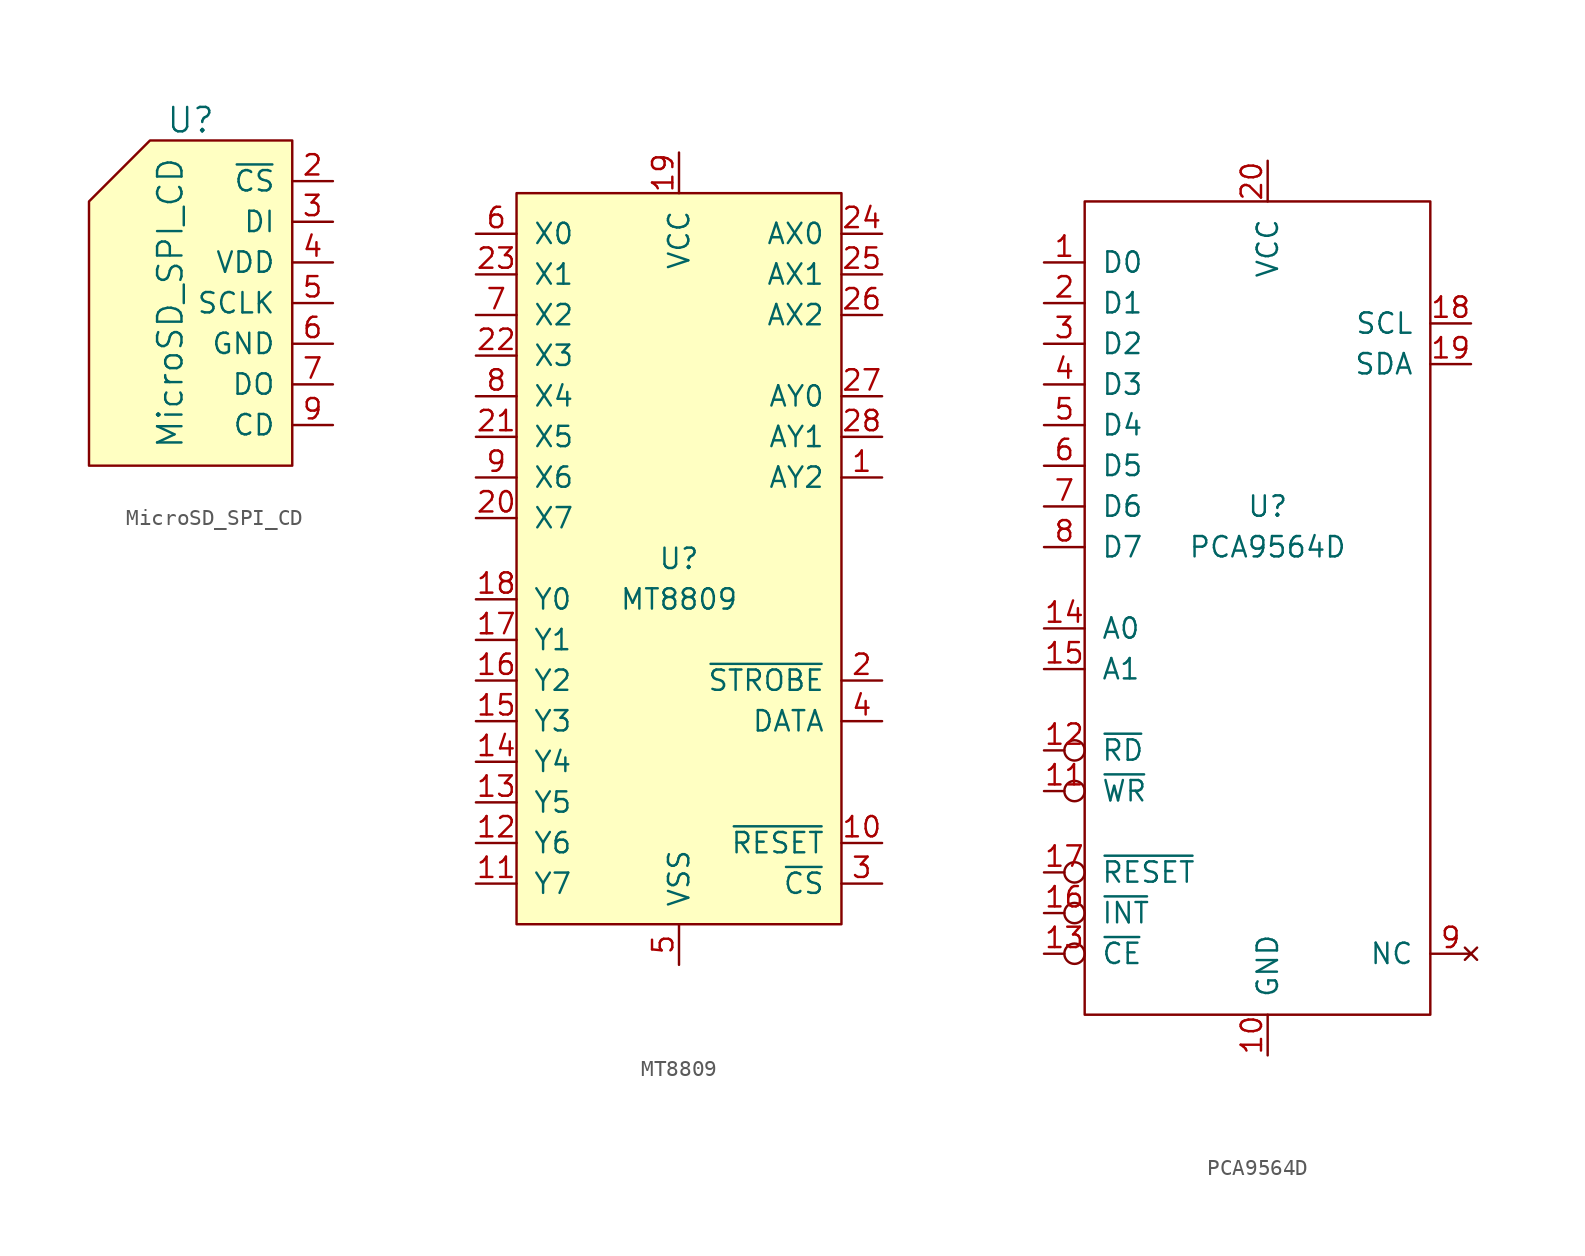
<source format=kicad_sym>
(kicad_symbol_lib
  (version 20220914)
  (generator kicad_symbol_editor)
  (symbol "MicroSD_SPI_CD"
    (pin_names
      (offset 1.016))
    (property "Reference" "U"
      (at 0 11.43 0)
      (effects (font (size 1.524 1.524))))
    (property "Value" "MicroSD_SPI_CD"
      (at -1.27 0 90)
      (effects (font (size 1.524 1.524))))
    (property "Footprint" ""
      (at -3.81 0 0)
      (effects (font (size 1.524 1.524))))
    (property "Datasheet" ""
      (at -3.81 0 0)
      (effects (font (size 1.524 1.524))))
    (symbol "MicroSD_SPI_CD_0_1"
      (polyline (pts (xy 6.35 10.16) (xy 6.35 -10.16) (xy -6.35 -10.16) (xy -6.35 6.35) (xy -2.54 10.16) (xy 6.35 10.16)) (stroke (width 0) (type solid)) (fill (type background))))
    (symbol "MicroSD_SPI_CD_1_1"
      (pin input line (at 8.89 7.62 180) (length 2.54) (name "~{CS}" (effects (font (size 1.27 1.27)))) (number "2" (effects (font (size 1.27 1.27)))))
      (pin input line (at 8.89 5.08 180) (length 2.54) (name "DI" (effects (font (size 1.27 1.27)))) (number "3" (effects (font (size 1.27 1.27)))))
      (pin input line (at 8.89 2.54 180) (length 2.54) (name "VDD" (effects (font (size 1.27 1.27)))) (number "4" (effects (font (size 1.27 1.27)))))
      (pin input line (at 8.89 0 180) (length 2.54) (name "SCLK" (effects (font (size 1.27 1.27)))) (number "5" (effects (font (size 1.27 1.27)))))
      (pin input line (at 8.89 -2.54 180) (length 2.54) (name "GND" (effects (font (size 1.27 1.27)))) (number "6" (effects (font (size 1.27 1.27)))))
      (pin input line (at 8.89 -5.08 180) (length 2.54) (name "DO" (effects (font (size 1.27 1.27)))) (number "7" (effects (font (size 1.27 1.27)))))
      (pin input line (at 8.89 -7.62 180) (length 2.54) (name "CD" (effects (font (size 1.27 1.27)))) (number "9" (effects (font (size 1.27 1.27)))))))
  (symbol "MT8809"
    (pin_names
      (offset 1.016))
    (property "Reference" "U"
      (at 0 0 0)
      (effects (font (size 1.27 1.27))))
    (property "Value" "MT8809"
      (at 0 -2.54 0)
      (effects (font (size 1.27 1.27))))
    (symbol "MT8809_0_1"
      (rectangle (start -10.16 22.86) (end 10.16 -22.86) (stroke (width 0) (type solid)) (fill (type background))))
    (symbol "MT8809_1_1"
      (pin input line (at 12.7 5.08 180) (length 2.54) (name "AY2" (effects (font (size 1.27 1.27)))) (number "1" (effects (font (size 1.27 1.27)))))
      (pin input line (at 12.7 -17.78 180) (length 2.54) (name "~{RESET}" (effects (font (size 1.27 1.27)))) (number "10" (effects (font (size 1.27 1.27)))))
      (pin passive line (at -12.7 -20.32 0) (length 2.54) (name "Y7" (effects (font (size 1.27 1.27)))) (number "11" (effects (font (size 1.27 1.27)))))
      (pin passive line (at -12.7 -17.78 0) (length 2.54) (name "Y6" (effects (font (size 1.27 1.27)))) (number "12" (effects (font (size 1.27 1.27)))))
      (pin passive line (at -12.7 -15.24 0) (length 2.54) (name "Y5" (effects (font (size 1.27 1.27)))) (number "13" (effects (font (size 1.27 1.27)))))
      (pin passive line (at -12.7 -12.7 0) (length 2.54) (name "Y4" (effects (font (size 1.27 1.27)))) (number "14" (effects (font (size 1.27 1.27)))))
      (pin passive line (at -12.7 -10.16 0) (length 2.54) (name "Y3" (effects (font (size 1.27 1.27)))) (number "15" (effects (font (size 1.27 1.27)))))
      (pin passive line (at -12.7 -7.62 0) (length 2.54) (name "Y2" (effects (font (size 1.27 1.27)))) (number "16" (effects (font (size 1.27 1.27)))))
      (pin passive line (at -12.7 -5.08 0) (length 2.54) (name "Y1" (effects (font (size 1.27 1.27)))) (number "17" (effects (font (size 1.27 1.27)))))
      (pin passive line (at -12.7 -2.54 0) (length 2.54) (name "Y0" (effects (font (size 1.27 1.27)))) (number "18" (effects (font (size 1.27 1.27)))))
      (pin power_in line (at 0 25.4 270) (length 2.54) (name "VCC" (effects (font (size 1.27 1.27)))) (number "19" (effects (font (size 1.27 1.27)))))
      (pin input line (at 12.7 -7.62 180) (length 2.54) (name "~{STROBE}" (effects (font (size 1.27 1.27)))) (number "2" (effects (font (size 1.27 1.27)))))
      (pin passive line (at -12.7 2.54 0) (length 2.54) (name "X7" (effects (font (size 1.27 1.27)))) (number "20" (effects (font (size 1.27 1.27)))))
      (pin passive line (at -12.7 7.62 0) (length 2.54) (name "X5" (effects (font (size 1.27 1.27)))) (number "21" (effects (font (size 1.27 1.27)))))
      (pin passive line (at -12.7 12.7 0) (length 2.54) (name "X3" (effects (font (size 1.27 1.27)))) (number "22" (effects (font (size 1.27 1.27)))))
      (pin passive line (at -12.7 17.78 0) (length 2.54) (name "X1" (effects (font (size 1.27 1.27)))) (number "23" (effects (font (size 1.27 1.27)))))
      (pin input line (at 12.7 20.32 180) (length 2.54) (name "AX0" (effects (font (size 1.27 1.27)))) (number "24" (effects (font (size 1.27 1.27)))))
      (pin input line (at 12.7 17.78 180) (length 2.54) (name "AX1" (effects (font (size 1.27 1.27)))) (number "25" (effects (font (size 1.27 1.27)))))
      (pin input line (at 12.7 15.24 180) (length 2.54) (name "AX2" (effects (font (size 1.27 1.27)))) (number "26" (effects (font (size 1.27 1.27)))))
      (pin input line (at 12.7 10.16 180) (length 2.54) (name "AY0" (effects (font (size 1.27 1.27)))) (number "27" (effects (font (size 1.27 1.27)))))
      (pin input line (at 12.7 7.62 180) (length 2.54) (name "AY1" (effects (font (size 1.27 1.27)))) (number "28" (effects (font (size 1.27 1.27)))))
      (pin input line (at 12.7 -20.32 180) (length 2.54) (name "~{CS}" (effects (font (size 1.27 1.27)))) (number "3" (effects (font (size 1.27 1.27)))))
      (pin input line (at 12.7 -10.16 180) (length 2.54) (name "DATA" (effects (font (size 1.27 1.27)))) (number "4" (effects (font (size 1.27 1.27)))))
      (pin power_in line (at 0 -25.4 90) (length 2.54) (name "VSS" (effects (font (size 1.27 1.27)))) (number "5" (effects (font (size 1.27 1.27)))))
      (pin passive line (at -12.7 20.32 0) (length 2.54) (name "X0" (effects (font (size 1.27 1.27)))) (number "6" (effects (font (size 1.27 1.27)))))
      (pin passive line (at -12.7 15.24 0) (length 2.54) (name "X2" (effects (font (size 1.27 1.27)))) (number "7" (effects (font (size 1.27 1.27)))))
      (pin passive line (at -12.7 10.16 0) (length 2.54) (name "X4" (effects (font (size 1.27 1.27)))) (number "8" (effects (font (size 1.27 1.27)))))
      (pin passive line (at -12.7 5.08 0) (length 2.54) (name "X6" (effects (font (size 1.27 1.27)))) (number "9" (effects (font (size 1.27 1.27)))))))
  (symbol "PCA9564D"
    (pin_names
      (offset 1.016))
    (property "Reference" "U"
      (at 0 2.54 0)
      (effects (font (size 1.27 1.27))))
    (property "Value" "PCA9564D"
      (at 0 0 0)
      (effects (font (size 1.27 1.27))))
    (symbol "PCA9564D_0_1"
      (rectangle (start -11.43 21.59) (end 10.16 -29.21) (stroke (width 0) (type solid)) (fill (type none))))
    (symbol "PCA9564D_1_1"
      (pin bidirectional line (at -13.97 17.78 0) (length 2.54) (name "D0" (effects (font (size 1.27 1.27)))) (number "1" (effects (font (size 1.27 1.27)))))
      (pin power_in line (at 0 -31.75 90) (length 2.54) (name "GND" (effects (font (size 1.27 1.27)))) (number "10" (effects (font (size 1.27 1.27)))))
      (pin input inverted (at -13.97 -15.24 0) (length 2.54) (name "~{WR}" (effects (font (size 1.27 1.27)))) (number "11" (effects (font (size 1.27 1.27)))))
      (pin input inverted (at -13.97 -12.7 0) (length 2.54) (name "~{RD}" (effects (font (size 1.27 1.27)))) (number "12" (effects (font (size 1.27 1.27)))))
      (pin input inverted (at -13.97 -25.4 0) (length 2.54) (name "~{CE}" (effects (font (size 1.27 1.27)))) (number "13" (effects (font (size 1.27 1.27)))))
      (pin input line (at -13.97 -5.08 0) (length 2.54) (name "A0" (effects (font (size 1.27 1.27)))) (number "14" (effects (font (size 1.27 1.27)))))
      (pin input line (at -13.97 -7.62 0) (length 2.54) (name "A1" (effects (font (size 1.27 1.27)))) (number "15" (effects (font (size 1.27 1.27)))))
      (pin output inverted (at -13.97 -22.86 0) (length 2.54) (name "~{INT}" (effects (font (size 1.27 1.27)))) (number "16" (effects (font (size 1.27 1.27)))))
      (pin input inverted (at -13.97 -20.32 0) (length 2.54) (name "~{RESET}" (effects (font (size 1.27 1.27)))) (number "17" (effects (font (size 1.27 1.27)))))
      (pin bidirectional line (at 12.7 13.97 180) (length 2.54) (name "SCL" (effects (font (size 1.27 1.27)))) (number "18" (effects (font (size 1.27 1.27)))))
      (pin bidirectional line (at 12.7 11.43 180) (length 2.54) (name "SDA" (effects (font (size 1.27 1.27)))) (number "19" (effects (font (size 1.27 1.27)))))
      (pin bidirectional line (at -13.97 15.24 0) (length 2.54) (name "D1" (effects (font (size 1.27 1.27)))) (number "2" (effects (font (size 1.27 1.27)))))
      (pin power_in line (at 0 24.13 270) (length 2.54) (name "VCC" (effects (font (size 1.27 1.27)))) (number "20" (effects (font (size 1.27 1.27)))))
      (pin bidirectional line (at -13.97 12.7 0) (length 2.54) (name "D2" (effects (font (size 1.27 1.27)))) (number "3" (effects (font (size 1.27 1.27)))))
      (pin bidirectional line (at -13.97 10.16 0) (length 2.54) (name "D3" (effects (font (size 1.27 1.27)))) (number "4" (effects (font (size 1.27 1.27)))))
      (pin bidirectional line (at -13.97 7.62 0) (length 2.54) (name "D4" (effects (font (size 1.27 1.27)))) (number "5" (effects (font (size 1.27 1.27)))))
      (pin bidirectional line (at -13.97 5.08 0) (length 2.54) (name "D5" (effects (font (size 1.27 1.27)))) (number "6" (effects (font (size 1.27 1.27)))))
      (pin bidirectional line (at -13.97 2.54 0) (length 2.54) (name "D6" (effects (font (size 1.27 1.27)))) (number "7" (effects (font (size 1.27 1.27)))))
      (pin bidirectional line (at -13.97 0 0) (length 2.54) (name "D7" (effects (font (size 1.27 1.27)))) (number "8" (effects (font (size 1.27 1.27)))))
      (pin no_connect line (at 12.7 -25.4 180) (length 2.54) (name "NC" (effects (font (size 1.27 1.27)))) (number "9" (effects (font (size 1.27 1.27))))))))
</source>
